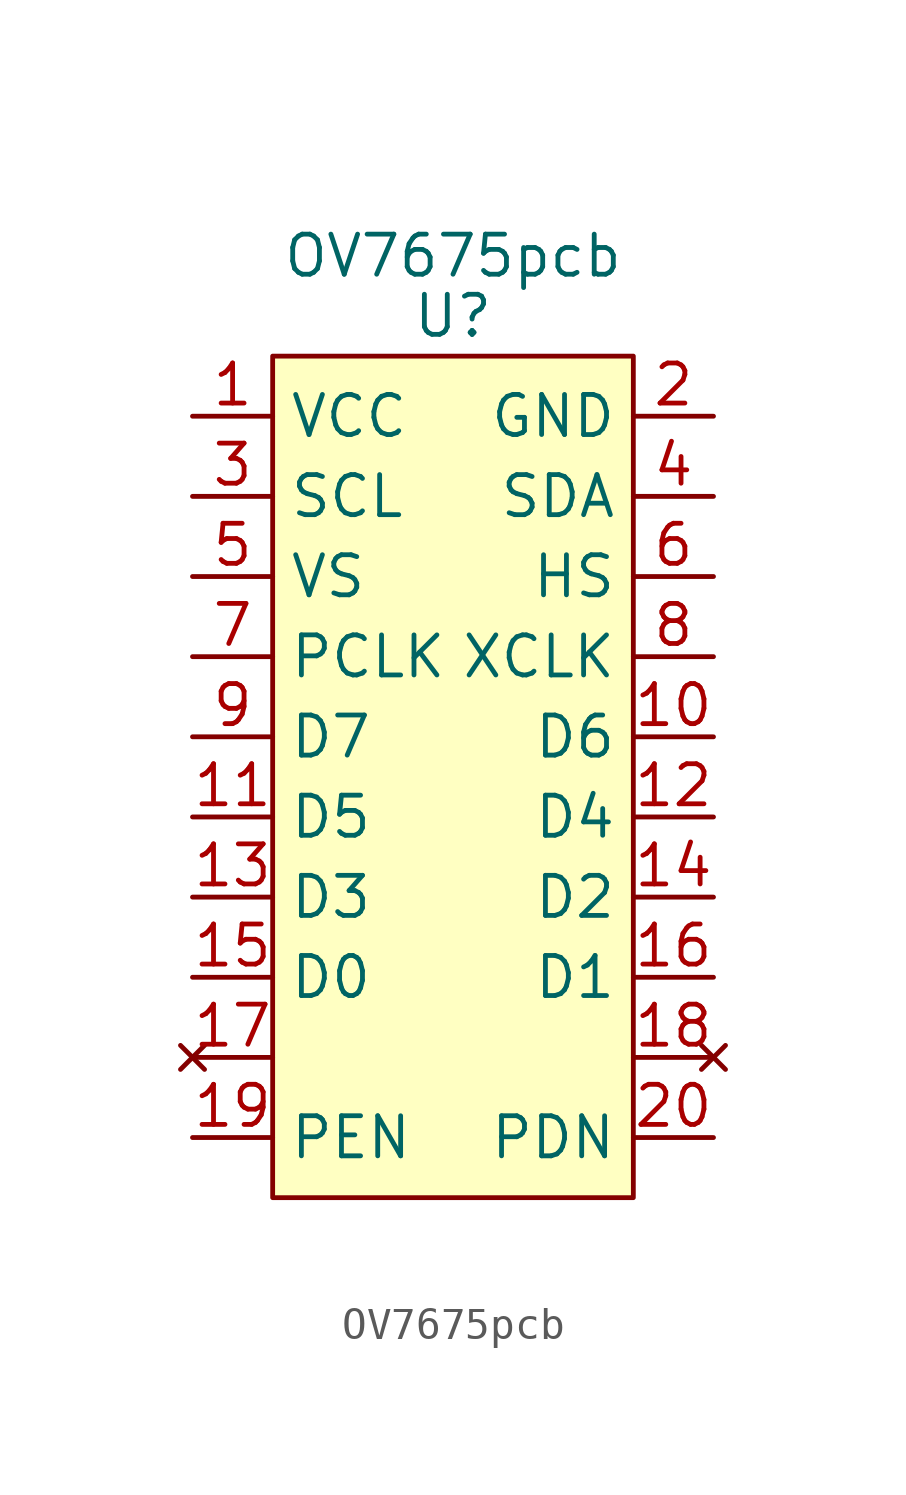
<source format=kicad_sym>
(kicad_symbol_lib
  (version 20211014)
  (generator kicad_symbol_editor)
  (symbol "OV7675pcb"
    (property "Reference" "U"
      (at 0 1.27 0)
      (effects (font (size 1.27 1.27))))
    (property "Value" "OV7675pcb"
      (at 0 3.175 0)
      (effects (font (size 1.27 1.27))))
    (symbol "OV7675pcb_0_1"
      (rectangle (start -5.715 0) (end 5.715 -26.67) (stroke (width 0.152) (type default) (color 0 0 0 0)) (fill (type background))))
    (symbol "OV7675pcb_1_1"
      (pin input line (at -8.255 -1.905 0) (length 2.54) (name "VCC" (effects (font (size 1.27 1.27)))) (number "1" (effects (font (size 1.27 1.27)))))
      (pin input line (at 8.255 -12.065 180) (length 2.54) (name "D6" (effects (font (size 1.27 1.27)))) (number "10" (effects (font (size 1.27 1.27)))))
      (pin input line (at -8.255 -14.605 0) (length 2.54) (name "D5" (effects (font (size 1.27 1.27)))) (number "11" (effects (font (size 1.27 1.27)))))
      (pin input line (at 8.255 -14.605 180) (length 2.54) (name "D4" (effects (font (size 1.27 1.27)))) (number "12" (effects (font (size 1.27 1.27)))))
      (pin input line (at -8.255 -17.145 0) (length 2.54) (name "D3" (effects (font (size 1.27 1.27)))) (number "13" (effects (font (size 1.27 1.27)))))
      (pin input line (at 8.255 -17.145 180) (length 2.54) (name "D2" (effects (font (size 1.27 1.27)))) (number "14" (effects (font (size 1.27 1.27)))))
      (pin input line (at -8.255 -19.685 0) (length 2.54) (name "D0" (effects (font (size 1.27 1.27)))) (number "15" (effects (font (size 1.27 1.27)))))
      (pin input line (at 8.255 -19.685 180) (length 2.54) (name "D1" (effects (font (size 1.27 1.27)))) (number "16" (effects (font (size 1.27 1.27)))))
      (pin no_connect line (at -8.255 -22.225 0) (length 2.54) (name "" (effects (font (size 1.27 1.27)))) (number "17" (effects (font (size 1.27 1.27)))))
      (pin no_connect line (at 8.255 -22.225 180) (length 2.54) (name "" (effects (font (size 1.27 1.27)))) (number "18" (effects (font (size 1.27 1.27)))))
      (pin input line (at -8.255 -24.765 0) (length 2.54) (name "PEN" (effects (font (size 1.27 1.27)))) (number "19" (effects (font (size 1.27 1.27)))))
      (pin input line (at 8.255 -1.905 180) (length 2.54) (name "GND" (effects (font (size 1.27 1.27)))) (number "2" (effects (font (size 1.27 1.27)))))
      (pin input line (at 8.255 -24.765 180) (length 2.54) (name "PDN" (effects (font (size 1.27 1.27)))) (number "20" (effects (font (size 1.27 1.27)))))
      (pin input line (at -8.255 -4.445 0) (length 2.54) (name "SCL" (effects (font (size 1.27 1.27)))) (number "3" (effects (font (size 1.27 1.27)))))
      (pin input line (at 8.255 -4.445 180) (length 2.54) (name "SDA" (effects (font (size 1.27 1.27)))) (number "4" (effects (font (size 1.27 1.27)))))
      (pin input line (at -8.255 -6.985 0) (length 2.54) (name "VS" (effects (font (size 1.27 1.27)))) (number "5" (effects (font (size 1.27 1.27)))))
      (pin input line (at 8.255 -6.985 180) (length 2.54) (name "HS" (effects (font (size 1.27 1.27)))) (number "6" (effects (font (size 1.27 1.27)))))
      (pin input line (at -8.255 -9.525 0) (length 2.54) (name "PCLK" (effects (font (size 1.27 1.27)))) (number "7" (effects (font (size 1.27 1.27)))))
      (pin input line (at 8.255 -9.525 180) (length 2.54) (name "XCLK" (effects (font (size 1.27 1.27)))) (number "8" (effects (font (size 1.27 1.27)))))
      (pin input line (at -8.255 -12.065 0) (length 2.54) (name "D7" (effects (font (size 1.27 1.27)))) (number "9" (effects (font (size 1.27 1.27))))))))
</source>
